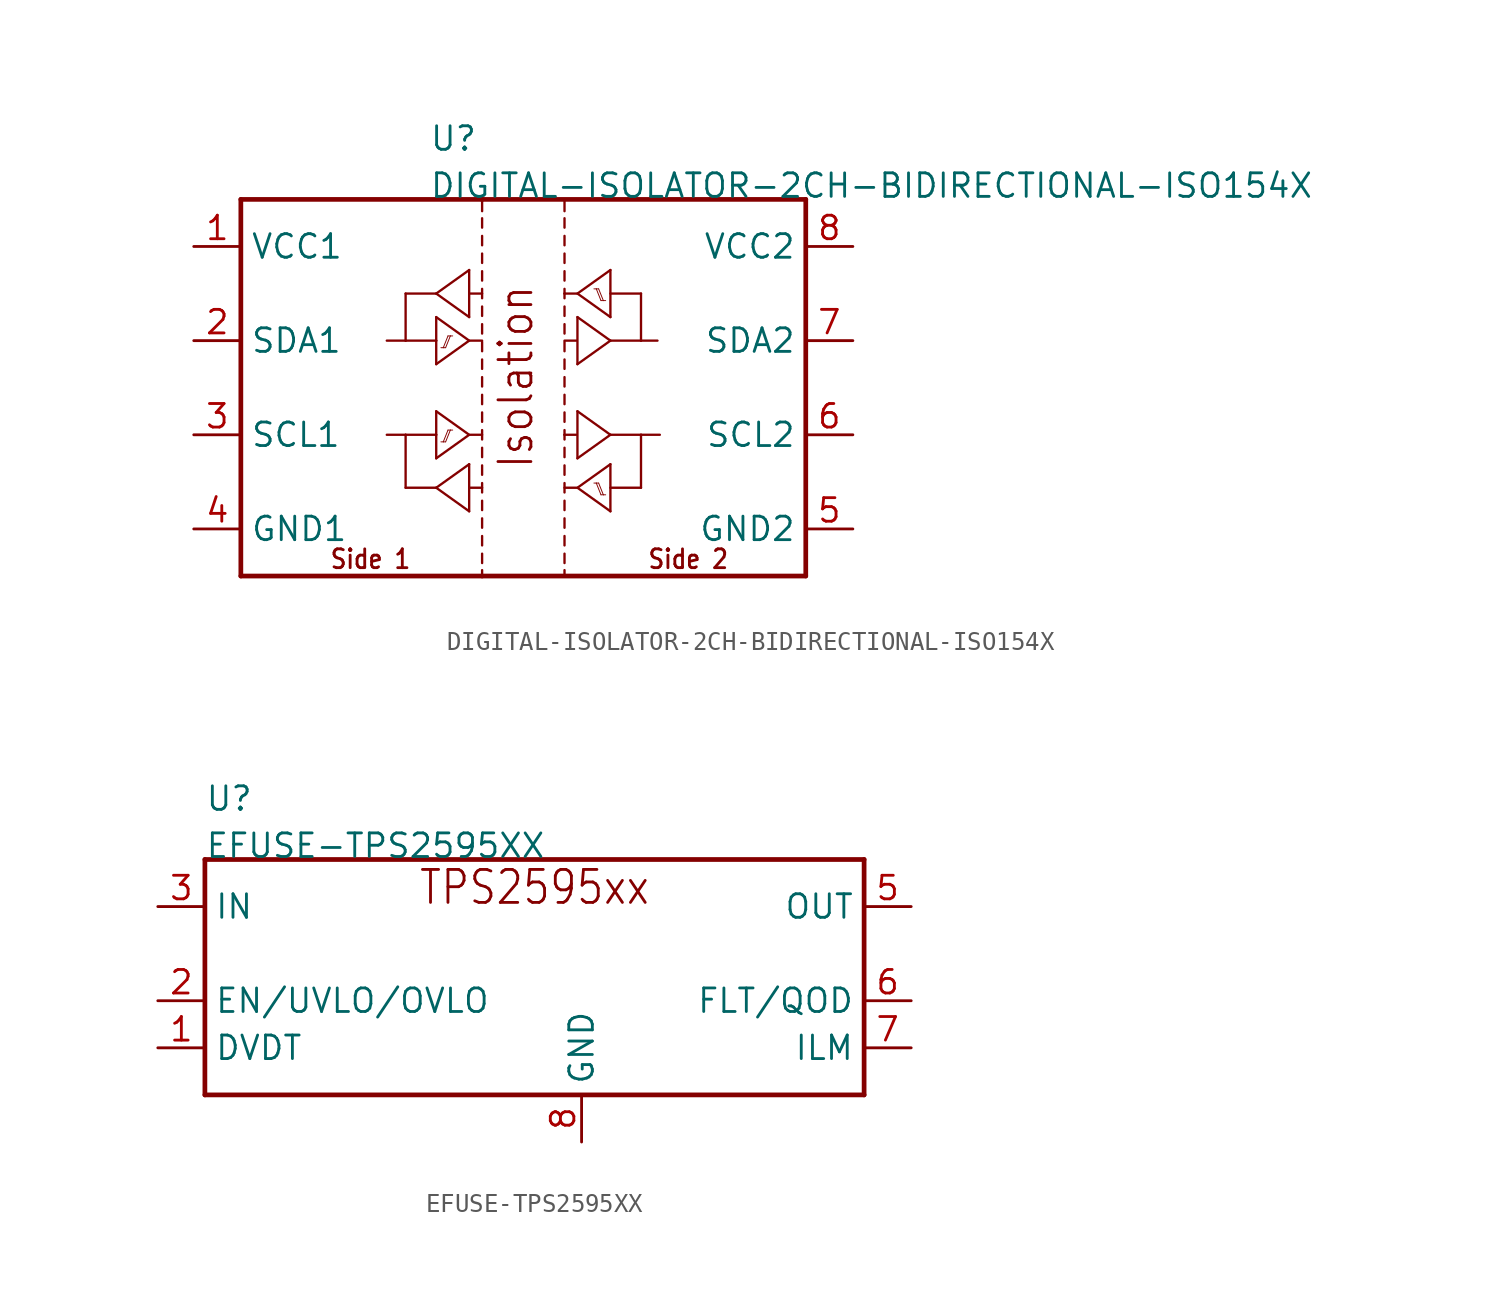
<source format=kicad_sym>
(kicad_symbol_lib
  (version 20211014)
  (generator kicad_symbol_editor)
  (symbol "DIGITAL-ISOLATOR-2CH-BIDIRECTIONAL-ISO154X"
    (pin_names)
    (property "Reference" "U"
      (at -5.08 12.7 0)
      (effects (font (size 1.27 1.27)) (justify left bottom)))
    (property "Value" "DIGITAL-ISOLATOR-2CH-BIDIRECTIONAL-ISO154X"
      (at -5.08 10.16 0)
      (effects (font (size 1.27 1.27)) (justify left bottom)))
    (property "Datasheet" ""
      (at 0 0 0))
    (property "ki_description" "ISO1540 / ISO1541  - I²C Digital Isolator 2500Vrms 2 Channel 1Mbps 25kV/µs CMTI 8-SOIC (0.154\", 3.90mm Width)   Technical Specifications:    Digital Isolator, 2 Channel, Bi-Directional   I2C Interface, Isolated Bi-Directional   Supply Voltage: 3V~5V   Voltage Isolation: 2500Vrms   Data Rate: 1Mpbs, Up to 3.4Mbps   ISO1540 suitable for multi-controller applications   ISO1541 suitable for single-controller applications       Component Search:  ISO1540 / ISO1541   Datasheet:  ISO154x-Q1 Low-Power Bidirectional I2C Isolators datasheet (Rev. D)  "
      (at 0 0 0))
    (property "ki_fp_filters" "FlashPCB_ICs:SOIC-8-150MIL-3.9MM"
      (at 0 0 0))
    (symbol "DIGITAL-ISOLATOR-2CH-BIDIRECTIONAL-ISO154X_1_1"
      (text "Isolation" (at 0.635 -4.445 900) (effects (font (size 1.778 1.52)) (justify left bottom)))
      (text "Side 1" (at -10.477 -9.842 0) (effects (font (size 1.016 0.869)) (justify left bottom)))
      (text "Side 2" (at 6.668 -9.842 0) (effects (font (size 1.016 0.869)) (justify left bottom)))
      (polyline (pts (xy -15.24 10.16) (xy -2.223 10.16)) (stroke (width 0.254)) (fill (type none)))
      (polyline (pts (xy -2.223 10.16) (xy 15.24 10.16)) (stroke (width 0.254)) (fill (type none)))
      (polyline (pts (xy 15.24 10.16) (xy 15.24 -10.16)) (stroke (width 0.254)) (fill (type none)))
      (polyline (pts (xy 15.24 -10.16) (xy -2.223 -10.16)) (stroke (width 0.254)) (fill (type none)))
      (polyline (pts (xy -2.223 -10.16) (xy -15.24 -10.16)) (stroke (width 0.254)) (fill (type none)))
      (polyline (pts (xy -15.24 -10.16) (xy -15.24 10.16)) (stroke (width 0.254)) (fill (type none)))
      (polyline (pts (xy -7.366 2.54) (xy -6.35 2.54)) (stroke (width 0.127)) (fill (type none)))
      (polyline (pts (xy -6.35 2.54) (xy -6.35 5.08)) (stroke (width 0.127)) (fill (type none)))
      (polyline (pts (xy -6.35 5.08) (xy -4.699 5.08)) (stroke (width 0.127)) (fill (type none)))
      (polyline (pts (xy -4.699 5.08) (xy -2.921 6.35)) (stroke (width 0.127)) (fill (type none)))
      (polyline (pts (xy -2.921 6.35) (xy -2.921 3.81)) (stroke (width 0.127)) (fill (type none)))
      (polyline (pts (xy -2.921 3.81) (xy -4.699 5.08)) (stroke (width 0.127)) (fill (type none)))
      (polyline (pts (xy -6.35 2.54) (xy -4.699 2.54)) (stroke (width 0.127)) (fill (type none)))
      (polyline (pts (xy -4.699 2.54) (xy -4.699 3.81)) (stroke (width 0.127)) (fill (type none)))
      (polyline (pts (xy -4.699 3.81) (xy -2.921 2.54)) (stroke (width 0.127)) (fill (type none)))
      (polyline (pts (xy -2.921 2.54) (xy -4.699 1.27)) (stroke (width 0.127)) (fill (type none)))
      (polyline (pts (xy -4.699 1.27) (xy -4.699 2.54)) (stroke (width 0.127)) (fill (type none)))
      (polyline (pts (xy -4.445 2.159) (xy -4.318 2.159)) (stroke (width 0.051)) (fill (type none)))
      (polyline (pts (xy -4.318 2.159) (xy -4.191 2.159)) (stroke (width 0.051)) (fill (type none)))
      (polyline (pts (xy -4.064 2.794) (xy -3.937 2.794)) (stroke (width 0.051)) (fill (type none)))
      (polyline (pts (xy -3.937 2.794) (xy -3.81 2.794)) (stroke (width 0.051)) (fill (type none)))
      (polyline (pts (xy -4.064 2.794) (xy -4.318 2.159)) (stroke (width 0.051)) (fill (type none)))
      (polyline (pts (xy -4.191 2.159) (xy -3.937 2.794)) (stroke (width 0.051)) (fill (type none)))
      (polyline (pts (xy -7.366 -2.54) (xy -6.35 -2.54)) (stroke (width 0.127)) (fill (type none)))
      (polyline (pts (xy -6.35 -2.54) (xy -4.699 -2.54)) (stroke (width 0.127)) (fill (type none)))
      (polyline (pts (xy -4.699 -2.54) (xy -4.699 -1.27)) (stroke (width 0.127)) (fill (type none)))
      (polyline (pts (xy -4.699 -1.27) (xy -2.921 -2.54)) (stroke (width 0.127)) (fill (type none)))
      (polyline (pts (xy -2.921 -2.54) (xy -4.699 -3.81)) (stroke (width 0.127)) (fill (type none)))
      (polyline (pts (xy -4.699 -3.81) (xy -4.699 -2.54)) (stroke (width 0.127)) (fill (type none)))
      (polyline (pts (xy -4.445 -2.921) (xy -4.318 -2.921)) (stroke (width 0.051)) (fill (type none)))
      (polyline (pts (xy -4.318 -2.921) (xy -4.191 -2.921)) (stroke (width 0.051)) (fill (type none)))
      (polyline (pts (xy -4.064 -2.286) (xy -3.937 -2.286)) (stroke (width 0.051)) (fill (type none)))
      (polyline (pts (xy -3.937 -2.286) (xy -3.81 -2.286)) (stroke (width 0.051)) (fill (type none)))
      (polyline (pts (xy -4.064 -2.286) (xy -4.318 -2.921)) (stroke (width 0.051)) (fill (type none)))
      (polyline (pts (xy -4.191 -2.921) (xy -3.937 -2.286)) (stroke (width 0.051)) (fill (type none)))
      (polyline (pts (xy 7.239 2.54) (xy 6.35 2.54)) (stroke (width 0.127)) (fill (type none)))
      (polyline (pts (xy 4.699 -2.54) (xy 2.921 -3.81)) (stroke (width 0.127)) (fill (type none)))
      (polyline (pts (xy 2.921 -3.81) (xy 2.921 -1.27)) (stroke (width 0.127)) (fill (type none)))
      (polyline (pts (xy 2.921 -1.27) (xy 4.699 -2.54)) (stroke (width 0.127)) (fill (type none)))
      (polyline (pts (xy 4.699 -4.128) (xy 2.921 -5.397)) (stroke (width 0.127)) (fill (type none)))
      (polyline (pts (xy 2.921 -5.397) (xy 4.699 -6.668)) (stroke (width 0.127)) (fill (type none)))
      (polyline (pts (xy 4.699 -6.668) (xy 4.699 -4.128)) (stroke (width 0.127)) (fill (type none)))
      (polyline (pts (xy 4.445 -5.779) (xy 4.318 -5.779)) (stroke (width 0.051)) (fill (type none)))
      (polyline (pts (xy 4.318 -5.779) (xy 4.191 -5.779)) (stroke (width 0.051)) (fill (type none)))
      (polyline (pts (xy 4.064 -5.144) (xy 3.937 -5.144)) (stroke (width 0.051)) (fill (type none)))
      (polyline (pts (xy 3.937 -5.144) (xy 3.81 -5.144)) (stroke (width 0.051)) (fill (type none)))
      (polyline (pts (xy 4.064 -5.144) (xy 4.318 -5.779)) (stroke (width 0.051)) (fill (type none)))
      (polyline (pts (xy 4.191 -5.779) (xy 3.937 -5.144)) (stroke (width 0.051)) (fill (type none)))
      (polyline (pts (xy 6.35 -5.397) (xy 6.35 -2.54)) (stroke (width 0.127)) (fill (type none)))
      (polyline (pts (xy 6.35 -2.54) (xy 4.699 -2.54)) (stroke (width 0.127)) (fill (type none)))
      (polyline (pts (xy 4.699 -5.397) (xy 6.35 -5.397)) (stroke (width 0.127)) (fill (type none)))
      (polyline (pts (xy 6.35 -2.54) (xy 7.366 -2.54)) (stroke (width 0.127)) (fill (type none)))
      (polyline (pts (xy -6.35 -2.54) (xy -6.35 -5.397)) (stroke (width 0.127)) (fill (type none)))
      (polyline (pts (xy -6.35 -5.397) (xy -4.699 -5.397)) (stroke (width 0.127)) (fill (type none)))
      (polyline (pts (xy -4.699 -5.397) (xy -2.921 -4.128)) (stroke (width 0.127)) (fill (type none)))
      (polyline (pts (xy -2.921 -4.128) (xy -2.921 -6.668)) (stroke (width 0.127)) (fill (type none)))
      (polyline (pts (xy -2.921 -6.668) (xy -4.699 -5.397)) (stroke (width 0.127)) (fill (type none)))
      (polyline (pts (xy 4.699 6.35) (xy 2.921 5.08)) (stroke (width 0.127)) (fill (type none)))
      (polyline (pts (xy 2.921 5.08) (xy 4.699 3.81)) (stroke (width 0.127)) (fill (type none)))
      (polyline (pts (xy 4.699 3.81) (xy 4.699 6.35)) (stroke (width 0.127)) (fill (type none)))
      (polyline (pts (xy 4.445 4.699) (xy 4.318 4.699)) (stroke (width 0.051)) (fill (type none)))
      (polyline (pts (xy 4.318 4.699) (xy 4.191 4.699)) (stroke (width 0.051)) (fill (type none)))
      (polyline (pts (xy 4.064 5.334) (xy 3.937 5.334)) (stroke (width 0.051)) (fill (type none)))
      (polyline (pts (xy 3.937 5.334) (xy 3.81 5.334)) (stroke (width 0.051)) (fill (type none)))
      (polyline (pts (xy 4.064 5.334) (xy 4.318 4.699)) (stroke (width 0.051)) (fill (type none)))
      (polyline (pts (xy 4.191 4.699) (xy 3.937 5.334)) (stroke (width 0.051)) (fill (type none)))
      (polyline (pts (xy 4.699 5.08) (xy 6.35 5.08)) (stroke (width 0.127)) (fill (type none)))
      (polyline (pts (xy 6.35 5.08) (xy 6.35 2.54)) (stroke (width 0.127)) (fill (type none)))
      (polyline (pts (xy 4.699 2.54) (xy 2.921 1.27)) (stroke (width 0.127)) (fill (type none)))
      (polyline (pts (xy 2.921 1.27) (xy 2.921 3.81)) (stroke (width 0.127)) (fill (type none)))
      (polyline (pts (xy 2.921 3.81) (xy 4.699 2.54)) (stroke (width 0.127)) (fill (type none)))
      (polyline (pts (xy 6.35 2.54) (xy 4.699 2.54)) (stroke (width 0.127)) (fill (type none)))
      (polyline (pts (xy -2.857 5.08) (xy -2.223 5.08)) (stroke (width 0.127)) (fill (type none)))
      (polyline (pts (xy -2.857 2.54) (xy -2.223 2.54)) (stroke (width 0.127)) (fill (type none)))
      (polyline (pts (xy -2.857 -2.54) (xy -2.223 -2.54)) (stroke (width 0.127)) (fill (type none)))
      (polyline (pts (xy -2.857 -5.397) (xy -2.223 -5.397)) (stroke (width 0.127)) (fill (type none)))
      (polyline (pts (xy -2.223 -5.144) (xy -2.223 -5.652)) (stroke (width 0.127)) (fill (type none)))
      (polyline (pts (xy -2.223 -6.096) (xy -2.223 -6.604)) (stroke (width 0.127)) (fill (type none)))
      (polyline (pts (xy -2.223 -4.191) (xy -2.223 -4.699)) (stroke (width 0.127)) (fill (type none)))
      (polyline (pts (xy -2.223 -2.286) (xy -2.223 -2.794)) (stroke (width 0.127)) (fill (type none)))
      (polyline (pts (xy -2.223 -3.239) (xy -2.223 -3.747)) (stroke (width 0.127)) (fill (type none)))
      (polyline (pts (xy -2.223 -7.048) (xy -2.223 -7.556)) (stroke (width 0.127)) (fill (type none)))
      (polyline (pts (xy -2.223 -8.001) (xy -2.223 -8.509)) (stroke (width 0.127)) (fill (type none)))
      (polyline (pts (xy -2.223 -8.954) (xy -2.223 -9.461)) (stroke (width 0.127)) (fill (type none)))
      (polyline (pts (xy -2.223 -10.16) (xy -2.223 -9.842)) (stroke (width 0.127)) (fill (type none)))
      (polyline (pts (xy -2.223 1.524) (xy -2.223 1.016)) (stroke (width 0.127)) (fill (type none)))
      (polyline (pts (xy -2.223 0.572) (xy -2.223 0.064)) (stroke (width 0.127)) (fill (type none)))
      (polyline (pts (xy -2.223 -0.381) (xy -2.223 -0.889)) (stroke (width 0.127)) (fill (type none)))
      (polyline (pts (xy -2.223 -1.333) (xy -2.223 -1.841)) (stroke (width 0.127)) (fill (type none)))
      (polyline (pts (xy -2.223 5.334) (xy -2.223 4.826)) (stroke (width 0.127)) (fill (type none)))
      (polyline (pts (xy -2.223 4.381) (xy -2.223 3.873)) (stroke (width 0.127)) (fill (type none)))
      (polyline (pts (xy -2.223 3.429) (xy -2.223 2.921)) (stroke (width 0.127)) (fill (type none)))
      (polyline (pts (xy -2.223 2.477) (xy -2.223 1.968)) (stroke (width 0.127)) (fill (type none)))
      (polyline (pts (xy -2.223 9.144) (xy -2.223 8.636)) (stroke (width 0.127)) (fill (type none)))
      (polyline (pts (xy -2.223 8.191) (xy -2.223 7.684)) (stroke (width 0.127)) (fill (type none)))
      (polyline (pts (xy -2.223 7.239) (xy -2.223 6.731)) (stroke (width 0.127)) (fill (type none)))
      (polyline (pts (xy -2.223 6.287) (xy -2.223 5.779)) (stroke (width 0.127)) (fill (type none)))
      (polyline (pts (xy -2.223 10.16) (xy -2.223 9.525)) (stroke (width 0.127)) (fill (type none)))
      (polyline (pts (xy 2.223 -5.397) (xy 2.857 -5.397)) (stroke (width 0.127)) (fill (type none)))
      (polyline (pts (xy 2.223 -5.144) (xy 2.223 -5.652)) (stroke (width 0.127)) (fill (type none)))
      (polyline (pts (xy 2.223 -6.096) (xy 2.223 -6.604)) (stroke (width 0.127)) (fill (type none)))
      (polyline (pts (xy 2.223 -4.191) (xy 2.223 -4.699)) (stroke (width 0.127)) (fill (type none)))
      (polyline (pts (xy 2.223 -2.286) (xy 2.223 -2.54)) (stroke (width 0.127)) (fill (type none)))
      (polyline (pts (xy 2.223 -2.54) (xy 2.223 -2.794)) (stroke (width 0.127)) (fill (type none)))
      (polyline (pts (xy 2.223 -3.239) (xy 2.223 -3.747)) (stroke (width 0.127)) (fill (type none)))
      (polyline (pts (xy 2.223 -7.048) (xy 2.223 -7.556)) (stroke (width 0.127)) (fill (type none)))
      (polyline (pts (xy 2.223 -8.001) (xy 2.223 -8.509)) (stroke (width 0.127)) (fill (type none)))
      (polyline (pts (xy 2.223 -8.954) (xy 2.223 -9.461)) (stroke (width 0.127)) (fill (type none)))
      (polyline (pts (xy 2.223 -10.16) (xy 2.223 -9.842)) (stroke (width 0.127)) (fill (type none)))
      (polyline (pts (xy 2.223 1.524) (xy 2.223 1.016)) (stroke (width 0.127)) (fill (type none)))
      (polyline (pts (xy 2.223 0.572) (xy 2.223 0.064)) (stroke (width 0.127)) (fill (type none)))
      (polyline (pts (xy 2.223 -0.381) (xy 2.223 -0.889)) (stroke (width 0.127)) (fill (type none)))
      (polyline (pts (xy 2.223 -1.333) (xy 2.223 -1.841)) (stroke (width 0.127)) (fill (type none)))
      (polyline (pts (xy 2.223 5.334) (xy 2.223 5.08)) (stroke (width 0.127)) (fill (type none)))
      (polyline (pts (xy 2.223 5.08) (xy 2.223 4.826)) (stroke (width 0.127)) (fill (type none)))
      (polyline (pts (xy 2.223 4.381) (xy 2.223 3.873)) (stroke (width 0.127)) (fill (type none)))
      (polyline (pts (xy 2.223 3.429) (xy 2.223 2.921)) (stroke (width 0.127)) (fill (type none)))
      (polyline (pts (xy 2.223 2.477) (xy 2.223 1.968)) (stroke (width 0.127)) (fill (type none)))
      (polyline (pts (xy 2.223 9.144) (xy 2.223 8.636)) (stroke (width 0.127)) (fill (type none)))
      (polyline (pts (xy 2.223 8.191) (xy 2.223 7.684)) (stroke (width 0.127)) (fill (type none)))
      (polyline (pts (xy 2.223 7.239) (xy 2.223 6.731)) (stroke (width 0.127)) (fill (type none)))
      (polyline (pts (xy 2.223 6.287) (xy 2.223 5.779)) (stroke (width 0.127)) (fill (type none)))
      (polyline (pts (xy 2.223 10.16) (xy 2.223 9.525)) (stroke (width 0.127)) (fill (type none)))
      (polyline (pts (xy 2.223 5.08) (xy 2.857 5.08)) (stroke (width 0.127)) (fill (type none)))
      (polyline (pts (xy 2.223 2.54) (xy 2.857 2.54)) (stroke (width 0.127)) (fill (type none)))
      (polyline (pts (xy 2.223 -2.54) (xy 2.857 -2.54)) (stroke (width 0.127)) (fill (type none)))
      (pin bidirectional line (at -17.78 7.62 0) (length 2.54) (name "VCC1" (effects (font (size 1.27 1.27)))) (number "1" (effects (font (size 1.27 1.27)))))
      (pin bidirectional line (at -17.78 2.54 0) (length 2.54) (name "SDA1" (effects (font (size 1.27 1.27)))) (number "2" (effects (font (size 1.27 1.27)))))
      (pin bidirectional line (at -17.78 -2.54 0) (length 2.54) (name "SCL1" (effects (font (size 1.27 1.27)))) (number "3" (effects (font (size 1.27 1.27)))))
      (pin bidirectional line (at -17.78 -7.62 0) (length 2.54) (name "GND1" (effects (font (size 1.27 1.27)))) (number "4" (effects (font (size 1.27 1.27)))))
      (pin bidirectional line (at 17.78 -7.62 180) (length 2.54) (name "GND2" (effects (font (size 1.27 1.27)))) (number "5" (effects (font (size 1.27 1.27)))))
      (pin bidirectional line (at 17.78 -2.54 180) (length 2.54) (name "SCL2" (effects (font (size 1.27 1.27)))) (number "6" (effects (font (size 1.27 1.27)))))
      (pin bidirectional line (at 17.78 2.54 180) (length 2.54) (name "SDA2" (effects (font (size 1.27 1.27)))) (number "7" (effects (font (size 1.27 1.27)))))
      (pin bidirectional line (at 17.78 7.62 180) (length 2.54) (name "VCC2" (effects (font (size 1.27 1.27)))) (number "8" (effects (font (size 1.27 1.27)))))))
  (symbol "EFUSE-TPS2595XX"
    (pin_names)
    (property "Reference" "U"
      (at -17.78 7.62 0)
      (effects (font (size 1.27 1.27)) (justify left bottom)))
    (property "Value" "EFUSE-TPS2595XX"
      (at -17.78 5.08 0)
      (effects (font (size 1.27 1.27)) (justify left bottom)))
    (property "Datasheet" ""
      (at 0 0 0))
    (property "ki_description" "TPS2595xx  - IC ELECTRONIC FUSE 7.5% 8WSON   Technical Specifications:    Electronic Fuse Regulator 4A 8-WSON (2x2)   Function: Electronic Fuse   Accuracy: +/- 7.5%   Input Voltage: 2.7V~18V   Absolute Maximum Voltage: 20V   Output Current: 4A   Overvoltage / Undervoltage Lockout available       Component Search:  TPS2595   Datasheet:  TPS2595xx 2.7 V to 18 V, 4-A, 34-mΩ eFuse With Fast Overvoltage Protection datasheet (Rev. C)  "
      (at 0 0 0))
    (property "ki_fp_filters" "FlashPCB_ICs:8-WSON(2X2)"
      (at 0 0 0))
    (symbol "EFUSE-TPS2595XX_1_1"
      (text "TPS2595xx" (at 0 2.54 0) (effects (font (size 1.778 1.52)) (justify bottom)))
      (polyline (pts (xy -17.78 5.08) (xy -17.78 -7.62)) (stroke (width 0.254)) (fill (type none)))
      (polyline (pts (xy -17.78 -7.62) (xy 17.78 -7.62)) (stroke (width 0.254)) (fill (type none)))
      (polyline (pts (xy 17.78 -7.62) (xy 17.78 5.08)) (stroke (width 0.254)) (fill (type none)))
      (polyline (pts (xy 17.78 5.08) (xy -17.78 5.08)) (stroke (width 0.254)) (fill (type none)))
      (pin bidirectional line (at -20.32 -5.08 0) (length 2.54) (name "DVDT" (effects (font (size 1.27 1.27)))) (number "1" (effects (font (size 1.27 1.27)))))
      (pin bidirectional line (at -20.32 -2.54 0) (length 2.54) (name "EN/UVLO/OVLO" (effects (font (size 1.27 1.27)))) (number "2" (effects (font (size 1.27 1.27)))))
      (pin bidirectional line (at -20.32 2.54 0) (length 2.54) (name "IN" (effects (font (size 1.27 1.27)))) (number "3" (effects (font (size 1.27 1.27)))))
      (pin bidirectional line (at -20.32 2.54 0) (length 2.54) hide (name "IN" (effects (font (size 1.27 1.27)))) (number "4" (effects (font (size 1.27 1.27)))))
      (pin bidirectional line (at 20.32 2.54 180) (length 2.54) (name "OUT" (effects (font (size 1.27 1.27)))) (number "5" (effects (font (size 1.27 1.27)))))
      (pin bidirectional line (at 20.32 -2.54 180) (length 2.54) (name "FLT/QOD" (effects (font (size 1.27 1.27)))) (number "6" (effects (font (size 1.27 1.27)))))
      (pin bidirectional line (at 20.32 -5.08 180) (length 2.54) (name "ILM" (effects (font (size 1.27 1.27)))) (number "7" (effects (font (size 1.27 1.27)))))
      (pin bidirectional line (at 2.54 -10.16 90) (length 2.54) (name "GND" (effects (font (size 1.27 1.27)))) (number "8" (effects (font (size 1.27 1.27)))))
      (pin bidirectional line (at 2.54 -10.16 90) (length 2.54) hide (name "GND" (effects (font (size 1.27 1.27)))) (number "9" (effects (font (size 1.27 1.27))))))))
</source>
